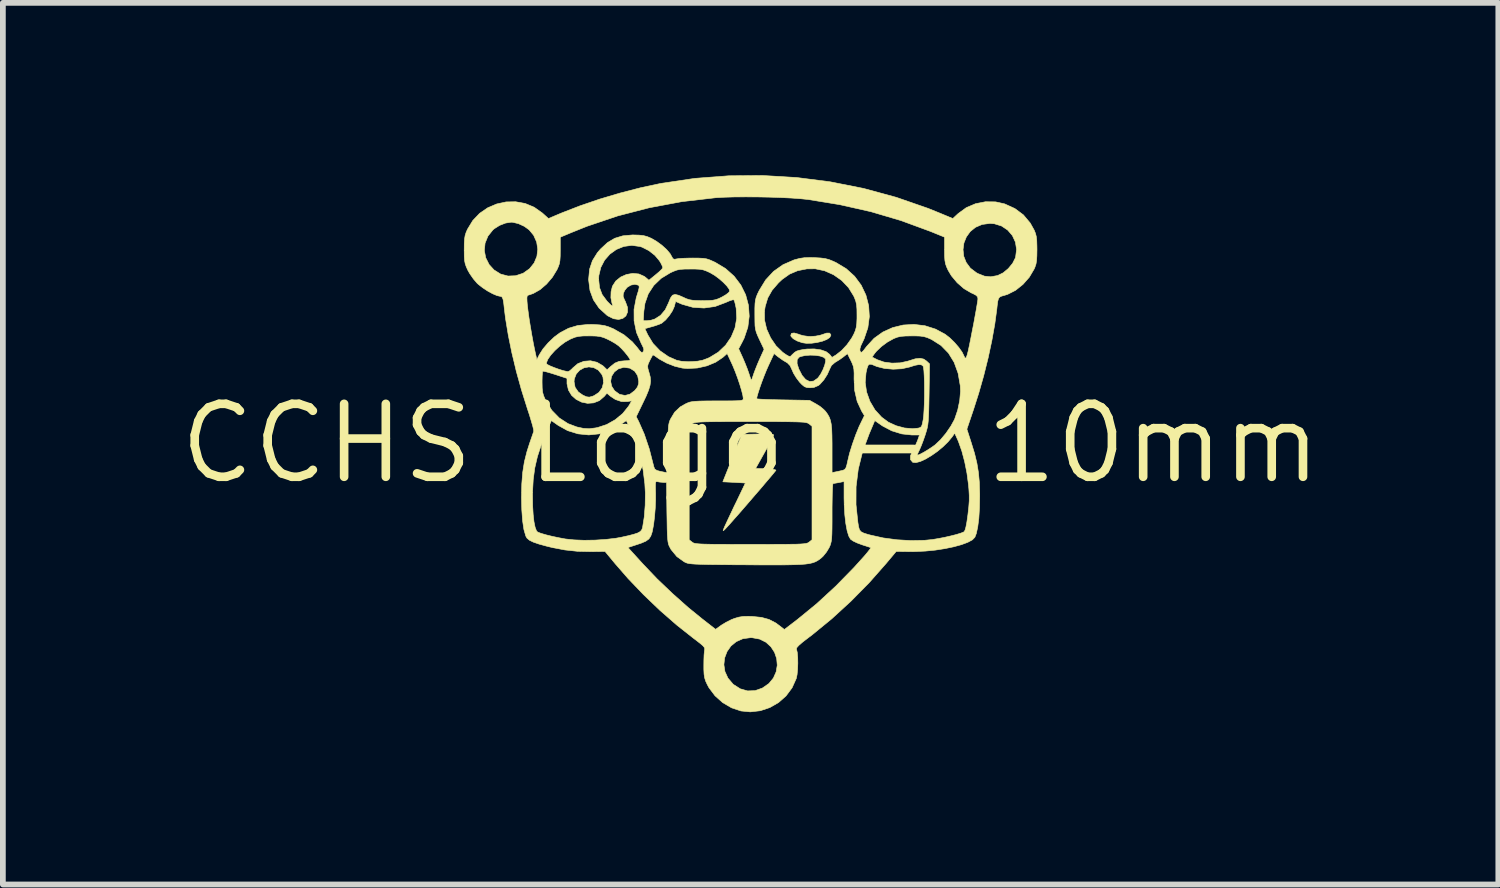
<source format=kicad_pcb>
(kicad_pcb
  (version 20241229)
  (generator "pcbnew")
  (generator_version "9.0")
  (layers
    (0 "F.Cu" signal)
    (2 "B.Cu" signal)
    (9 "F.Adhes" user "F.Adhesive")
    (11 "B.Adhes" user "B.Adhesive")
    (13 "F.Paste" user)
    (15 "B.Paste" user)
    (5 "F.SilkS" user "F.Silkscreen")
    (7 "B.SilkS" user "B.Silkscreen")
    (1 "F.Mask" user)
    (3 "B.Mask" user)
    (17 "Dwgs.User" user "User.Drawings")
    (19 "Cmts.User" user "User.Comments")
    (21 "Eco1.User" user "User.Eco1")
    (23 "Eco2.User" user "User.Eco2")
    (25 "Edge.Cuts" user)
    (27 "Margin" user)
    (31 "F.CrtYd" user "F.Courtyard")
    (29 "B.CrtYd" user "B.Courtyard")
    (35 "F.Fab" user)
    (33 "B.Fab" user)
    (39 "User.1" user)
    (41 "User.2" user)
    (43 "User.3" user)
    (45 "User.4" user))
  (footprint "CCHS Logo - 10mm"
    (layer "F.Cu")
    (at 10.016 4.67)
    (property "Reference" "CCHS Logo - 10mm" (at 0 0 0) (layer "F.SilkS") (effects (font (size 1.27 1.27) (thickness 0.15))))
    (attr through_hole)
    (fp_poly (pts (xy 0.833 -1.903) (xy 0.854 -1.894) (xy 0.92 -1.876) (xy 1.004 -1.864) (xy 1.048 -1.863) (xy 1.131 -1.869) (xy 1.209 -1.884) (xy 1.242 -1.894) (xy 1.324 -1.922) (xy 1.375 -1.922) (xy 1.396 -1.895) (xy 1.397 -1.883) (xy 1.377 -1.845) (xy 1.325 -1.81) (xy 1.248 -1.78) (xy 1.157 -1.758) (xy 1.061 -1.745) (xy 0.968 -1.744) (xy 0.9 -1.754) (xy 0.81 -1.785) (xy 0.742 -1.824) (xy 0.704 -1.864) (xy 0.699 -1.884) (xy 0.713 -1.918) (xy 0.758 -1.924) (xy 0.833 -1.903)) (stroke (width 0.01) (type solid)) (fill yes) (layer "F.SilkS"))
    (fp_poly (pts (xy 0.341 -0.163) (xy 0.391 -0.156) (xy 0.402 -0.149) (xy 0.392 -0.124) (xy 0.365 -0.069) (xy 0.324 0.009) (xy 0.273 0.103) (xy 0.245 0.153) (xy 0.088 0.434) (xy 0.268 0.44) (xy 0.348 0.445) (xy 0.408 0.453) (xy 0.439 0.462) (xy 0.441 0.466) (xy 0.426 0.486) (xy 0.387 0.534) (xy 0.328 0.604) (xy 0.253 0.692) (xy 0.168 0.793) (xy 0.074 0.901) (xy -0.022 1.013) (xy -0.118 1.124) (xy -0.209 1.229) (xy -0.292 1.322) (xy -0.361 1.401) (xy -0.413 1.458) (xy -0.444 1.491) (xy -0.447 1.495) (xy -0.471 1.516) (xy -0.478 1.515) (xy -0.468 1.486) (xy -0.448 1.438) (xy -0.424 1.387) (xy -0.387 1.307) (xy -0.339 1.206) (xy -0.286 1.093) (xy -0.248 1.016) (xy -0.091 0.688) (xy -0.287 0.677) (xy -0.483 0.667) (xy -0.318 0.254) (xy -0.153 -0.159) (xy 0.125 -0.165) (xy 0.252 -0.166) (xy 0.341 -0.163)) (stroke (width 0.01) (type solid)) (fill yes) (layer "F.SilkS"))
    (fp_poly (pts (xy 0.801 -4.63) (xy 1.387 -4.555) (xy 1.967 -4.44) (xy 2.536 -4.285) (xy 3.092 -4.092) (xy 3.294 -4.01) (xy 3.52 -3.916) (xy 3.613 -4.002) (xy 3.754 -4.105) (xy 3.916 -4.174) (xy 4.088 -4.208) (xy 4.265 -4.206) (xy 4.422 -4.171) (xy 4.6 -4.09) (xy 4.749 -3.979) (xy 4.868 -3.837) (xy 4.937 -3.713) (xy 4.959 -3.658) (xy 4.973 -3.603) (xy 4.981 -3.534) (xy 4.984 -3.442) (xy 4.985 -3.376) (xy 4.983 -3.265) (xy 4.978 -3.185) (xy 4.968 -3.124) (xy 4.95 -3.07) (xy 4.937 -3.039) (xy 4.852 -2.895) (xy 4.741 -2.769) (xy 4.612 -2.666) (xy 4.474 -2.596) (xy 4.42 -2.579) (xy 4.369 -2.565) (xy 4.336 -2.549) (xy 4.315 -2.521) (xy 4.302 -2.473) (xy 4.292 -2.397) (xy 4.286 -2.339) (xy 4.251 -2.08) (xy 4.2 -1.794) (xy 4.135 -1.49) (xy 4.058 -1.181) (xy 3.971 -0.875) (xy 3.882 -0.596) (xy 3.765 -0.25) (xy 3.839 -0.02) (xy 3.898 0.171) (xy 3.939 0.341) (xy 3.966 0.505) (xy 3.982 0.678) (xy 3.988 0.874) (xy 3.988 0.921) (xy 3.984 1.123) (xy 3.973 1.302) (xy 3.954 1.451) (xy 3.929 1.567) (xy 3.904 1.632) (xy 3.861 1.677) (xy 3.781 1.72) (xy 3.671 1.761) (xy 3.536 1.798) (xy 3.383 1.83) (xy 3.216 1.856) (xy 3.043 1.873) (xy 2.869 1.881) (xy 2.786 1.882) (xy 2.535 1.879) (xy 2.358 2.09) (xy 2.065 2.422) (xy 1.746 2.746) (xy 1.413 3.051) (xy 1.076 3.327) (xy 1.005 3.381) (xy 0.906 3.457) (xy 0.84 3.514) (xy 0.805 3.553) (xy 0.798 3.576) (xy 0.798 3.577) (xy 0.812 3.636) (xy 0.82 3.723) (xy 0.822 3.826) (xy 0.818 3.931) (xy 0.809 4.025) (xy 0.795 4.091) (xy 0.722 4.253) (xy 0.617 4.394) (xy 0.486 4.51) (xy 0.334 4.597) (xy 0.169 4.652) (xy -0.005 4.672) (xy -0.168 4.656) (xy -0.332 4.601) (xy -0.486 4.511) (xy -0.619 4.392) (xy -0.725 4.251) (xy -0.754 4.197) (xy -0.783 4.135) (xy -0.8 4.079) (xy -0.81 4.016) (xy -0.814 3.933) (xy -0.814 3.863) (xy -0.814 3.85) (xy -0.465 3.85) (xy -0.447 3.969) (xy -0.395 4.083) (xy -0.308 4.186) (xy -0.297 4.196) (xy -0.179 4.271) (xy -0.052 4.307) (xy 0.079 4.302) (xy 0.206 4.257) (xy 0.318 4.179) (xy 0.397 4.083) (xy 0.445 3.975) (xy 0.464 3.86) (xy 0.454 3.745) (xy 0.417 3.636) (xy 0.354 3.539) (xy 0.268 3.46) (xy 0.158 3.405) (xy 0.028 3.381) (xy 0 3.38) (xy -0.134 3.398) (xy -0.249 3.449) (xy -0.342 3.525) (xy -0.41 3.622) (xy -0.452 3.732) (xy -0.465 3.85) (xy -0.814 3.85) (xy -0.813 3.767) (xy -0.81 3.681) (xy -0.804 3.619) (xy -0.801 3.598) (xy -0.798 3.574) (xy -0.806 3.55) (xy -0.831 3.52) (xy -0.878 3.48) (xy -0.951 3.423) (xy -0.999 3.387) (xy -1.286 3.16) (xy -1.578 2.905) (xy -1.864 2.631) (xy -2.133 2.35) (xy -2.356 2.094) (xy -2.534 1.879) (xy -2.775 1.882) (xy -3.011 1.877) (xy -3.234 1.853) (xy -3.453 1.811) (xy -2.135 1.811) (xy -1.872 2.1) (xy -1.629 2.355) (xy -1.361 2.611) (xy -1.084 2.857) (xy -0.839 3.056) (xy -0.609 3.235) (xy -0.508 3.162) (xy -0.427 3.113) (xy -0.334 3.066) (xy -0.283 3.046) (xy -0.206 3.023) (xy -0.13 3.011) (xy -0.038 3.009) (xy 0.032 3.011) (xy 0.189 3.027) (xy 0.32 3.063) (xy 0.438 3.124) (xy 0.507 3.175) (xy 0.588 3.238) (xy 0.82 3.06) (xy 1.152 2.788) (xy 1.482 2.484) (xy 1.801 2.158) (xy 1.977 1.963) (xy 2.031 1.899) (xy 2.071 1.848) (xy 2.092 1.819) (xy 2.093 1.814) (xy 2.07 1.805) (xy 2.018 1.788) (xy 1.946 1.765) (xy 1.935 1.761) (xy 1.854 1.731) (xy 1.785 1.698) (xy 1.741 1.667) (xy 1.74 1.667) (xy 1.708 1.61) (xy 1.68 1.517) (xy 1.657 1.392) (xy 1.64 1.243) (xy 1.63 1.075) (xy 1.63 1.065) (xy 1.835 1.065) (xy 1.867 1.371) (xy 1.88 1.45) (xy 1.895 1.502) (xy 1.923 1.536) (xy 1.97 1.56) (xy 2.046 1.584) (xy 2.089 1.595) (xy 2.309 1.644) (xy 2.548 1.676) (xy 2.79 1.69) (xy 3.021 1.686) (xy 3.164 1.672) (xy 3.266 1.655) (xy 3.376 1.634) (xy 3.485 1.609) (xy 3.584 1.584) (xy 3.661 1.56) (xy 3.709 1.541) (xy 3.714 1.537) (xy 3.732 1.511) (xy 3.748 1.455) (xy 3.765 1.366) (xy 3.783 1.239) (xy 3.783 1.238) (xy 3.798 1.106) (xy 3.806 0.999) (xy 3.806 0.901) (xy 3.8 0.795) (xy 3.793 0.719) (xy 3.766 0.516) (xy 3.726 0.316) (xy 3.677 0.132) (xy 3.621 -0.026) (xy 3.61 -0.053) (xy 3.553 -0.18) (xy 3.509 -0.116) (xy 3.437 -0.029) (xy 3.349 0.057) (xy 3.25 0.139) (xy 3.147 0.211) (xy 3.046 0.271) (xy 2.955 0.313) (xy 2.878 0.333) (xy 2.824 0.328) (xy 2.82 0.325) (xy 2.783 0.28) (xy 2.783 0.215) (xy 2.82 0.128) (xy 2.824 0.122) (xy 2.864 0.045) (xy 2.9 -0.036) (xy 2.909 -0.059) (xy 2.94 -0.148) (xy 2.806 -0.148) (xy 2.631 -0.167) (xy 2.456 -0.221) (xy 2.297 -0.305) (xy 2.281 -0.316) (xy 2.162 -0.399) (xy 2.064 -0.167) (xy 1.949 0.144) (xy 1.874 0.448) (xy 1.836 0.753) (xy 1.835 1.065) (xy 1.63 1.065) (xy 1.627 0.95) (xy 1.627 0.662) (xy 1.538 0.68) (xy 1.48 0.69) (xy 1.44 0.697) (xy 1.434 0.698) (xy 1.43 0.718) (xy 1.426 0.775) (xy 1.422 0.863) (xy 1.42 0.975) (xy 1.418 1.107) (xy 1.418 1.201) (xy 1.418 1.361) (xy 1.417 1.484) (xy 1.415 1.577) (xy 1.411 1.647) (xy 1.405 1.698) (xy 1.396 1.738) (xy 1.385 1.773) (xy 1.369 1.808) (xy 1.368 1.811) (xy 1.322 1.888) (xy 1.264 1.96) (xy 1.236 1.987) (xy 1.2 2.016) (xy 1.164 2.04) (xy 1.126 2.06) (xy 1.082 2.076) (xy 1.027 2.089) (xy 0.957 2.099) (xy 0.869 2.106) (xy 0.76 2.11) (xy 0.624 2.113) (xy 0.46 2.114) (xy 0.261 2.114) (xy 0.026 2.113) (xy -0.066 2.112) (xy -0.298 2.111) (xy -0.492 2.109) (xy -0.651 2.108) (xy -0.779 2.106) (xy -0.881 2.103) (xy -0.959 2.1) (xy -1.018 2.096) (xy -1.062 2.091) (xy -1.095 2.085) (xy -1.12 2.077) (xy -1.141 2.067) (xy -1.154 2.061) (xy -1.284 1.968) (xy -1.385 1.845) (xy -1.404 1.81) (xy -1.419 1.781) (xy -1.43 1.75) (xy -1.438 1.711) (xy -1.444 1.658) (xy -1.449 1.586) (xy -1.452 1.488) (xy -1.454 1.36) (xy -1.457 1.201) (xy -1.463 0.677) (xy -1.52 0.677) (xy -1.581 0.672) (xy -1.619 0.665) (xy -1.639 0.662) (xy -1.651 0.671) (xy -1.656 0.699) (xy -1.657 0.753) (xy -1.655 0.841) (xy -1.654 0.858) (xy -1.654 0.985) (xy -1.66 1.128) (xy -1.672 1.273) (xy -1.688 1.407) (xy -1.708 1.516) (xy -1.715 1.546) (xy -1.738 1.613) (xy -1.771 1.662) (xy -1.823 1.7) (xy -1.902 1.734) (xy -1.964 1.755) (xy -2.135 1.811) (xy -3.453 1.811) (xy -3.466 1.808) (xy -3.548 1.788) (xy -3.683 1.751) (xy -3.782 1.717) (xy -3.85 1.684) (xy -3.893 1.647) (xy -3.913 1.612) (xy -3.946 1.498) (xy -3.969 1.345) (xy -3.983 1.153) (xy -3.988 0.931) (xy -3.987 0.91) (xy -3.796 0.91) (xy -3.794 1.083) (xy -3.785 1.235) (xy -3.771 1.361) (xy -3.751 1.458) (xy -3.727 1.521) (xy -3.707 1.542) (xy -3.65 1.564) (xy -3.561 1.59) (xy -3.451 1.617) (xy -3.331 1.642) (xy -3.224 1.662) (xy -3.074 1.678) (xy -2.897 1.685) (xy -2.708 1.682) (xy -2.521 1.67) (xy -2.349 1.65) (xy -2.254 1.633) (xy -2.124 1.604) (xy -2.029 1.579) (xy -1.963 1.557) (xy -1.921 1.533) (xy -1.897 1.506) (xy -1.883 1.473) (xy -1.88 1.46) (xy -1.851 1.278) (xy -1.835 1.073) (xy -1.832 0.864) (xy -1.841 0.702) (xy -1.871 0.461) (xy -1.917 0.242) (xy -1.981 0.03) (xy -2.07 -0.192) (xy -2.099 -0.257) (xy -2.163 -0.398) (xy -2.282 -0.315) (xy -2.449 -0.223) (xy -2.63 -0.168) (xy -2.817 -0.149) (xy -3.005 -0.168) (xy -3.185 -0.224) (xy -3.349 -0.315) (xy -3.468 -0.399) (xy -3.552 -0.205) (xy -3.643 0.022) (xy -3.711 0.228) (xy -3.757 0.426) (xy -3.784 0.629) (xy -3.796 0.849) (xy -3.796 0.91) (xy -3.987 0.91) (xy -3.983 0.703) (xy -3.967 0.503) (xy -3.938 0.32) (xy -3.893 0.141) (xy -3.848 0) (xy -3.819 -0.084) (xy -3.794 -0.156) (xy -3.778 -0.203) (xy -3.775 -0.213) (xy -3.778 -0.243) (xy -3.793 -0.306) (xy -3.819 -0.395) (xy -3.852 -0.504) (xy -3.892 -0.624) (xy -3.892 -0.626) (xy -3.989 -0.934) (xy -4.024 -1.061) (xy -3.63 -1.061) (xy -3.628 -0.965) (xy -3.621 -0.894) (xy -3.604 -0.833) (xy -3.574 -0.764) (xy -3.562 -0.74) (xy -3.46 -0.577) (xy -3.331 -0.445) (xy -3.179 -0.346) (xy -3.026 -0.288) (xy -2.91 -0.263) (xy -2.809 -0.257) (xy -2.699 -0.271) (xy -2.663 -0.278) (xy -2.505 -0.33) (xy -2.356 -0.414) (xy -2.293 -0.466) (xy -1.991 -0.466) (xy -1.948 -0.383) (xy -1.851 -0.163) (xy -1.764 0.094) (xy -1.69 0.383) (xy -1.684 0.406) (xy -1.668 0.446) (xy -1.631 0.469) (xy -1.582 0.483) (xy -1.52 0.496) (xy -1.475 0.505) (xy -1.466 0.506) (xy -1.456 0.497) (xy -1.449 0.465) (xy -1.444 0.407) (xy -1.441 0.317) (xy -1.439 0.192) (xy -1.439 0.09) (xy -1.438 -0.057) (xy -1.437 -0.168) (xy -1.433 -0.25) (xy -1.429 -0.3) (xy -1.069 -0.3) (xy -1.069 1.676) (xy -1.019 1.716) (xy -1.005 1.726) (xy -0.988 1.734) (xy -0.963 1.74) (xy -0.927 1.745) (xy -0.875 1.749) (xy -0.804 1.752) (xy -0.71 1.754) (xy -0.59 1.756) (xy -0.439 1.756) (xy -0.254 1.757) (xy -0.031 1.757) (xy 0 1.757) (xy 0.228 1.757) (xy 0.418 1.756) (xy 0.573 1.756) (xy 0.697 1.754) (xy 0.794 1.753) (xy 0.867 1.75) (xy 0.921 1.746) (xy 0.959 1.741) (xy 0.985 1.735) (xy 1.004 1.727) (xy 1.017 1.718) (xy 1.019 1.716) (xy 1.069 1.676) (xy 1.069 -0.3) (xy 1.019 -0.341) (xy 1.005 -0.35) (xy 0.988 -0.358) (xy 0.963 -0.364) (xy 0.927 -0.37) (xy 0.875 -0.373) (xy 0.804 -0.376) (xy 0.71 -0.378) (xy 0.59 -0.38) (xy 0.439 -0.381) (xy 0.254 -0.381) (xy 0.031 -0.381) (xy 0 -0.381) (xy -0.228 -0.381) (xy -0.418 -0.381) (xy -0.573 -0.38) (xy -0.697 -0.379) (xy -0.794 -0.377) (xy -0.867 -0.374) (xy -0.921 -0.37) (xy -0.959 -0.365) (xy -0.985 -0.359) (xy -1.004 -0.351) (xy -1.017 -0.342) (xy -1.019 -0.341) (xy -1.069 -0.3) (xy -1.429 -0.3) (xy -1.428 -0.311) (xy -1.419 -0.357) (xy -1.407 -0.396) (xy -1.395 -0.423) (xy -1.322 -0.545) (xy -1.225 -0.637) (xy -1.132 -0.69) (xy -1.095 -0.707) (xy -1.059 -0.72) (xy -1.018 -0.728) (xy -0.964 -0.734) (xy -0.892 -0.738) (xy -0.794 -0.74) (xy -0.665 -0.741) (xy -0.577 -0.741) (xy -0.428 -0.741) (xy -0.316 -0.742) (xy -0.236 -0.744) (xy -0.182 -0.748) (xy -0.15 -0.753) (xy -0.133 -0.762) (xy -0.128 -0.773) (xy -0.127 -0.779) (xy 0.106 -0.779) (xy 0.126 -0.775) (xy 0.182 -0.771) (xy 0.269 -0.767) (xy 0.38 -0.763) (xy 0.508 -0.76) (xy 0.566 -0.759) (xy 1.027 -0.751) (xy 1.14 -0.688) (xy 1.212 -0.643) (xy 1.274 -0.591) (xy 1.304 -0.56) (xy 1.341 -0.509) (xy 1.369 -0.459) (xy 1.389 -0.405) (xy 1.403 -0.339) (xy 1.412 -0.254) (xy 1.416 -0.145) (xy 1.418 -0.003) (xy 1.418 0.083) (xy 1.418 0.507) (xy 1.487 0.493) (xy 1.553 0.479) (xy 1.608 0.466) (xy 1.638 0.453) (xy 1.659 0.424) (xy 1.676 0.371) (xy 1.688 0.316) (xy 1.722 0.173) (xy 1.772 0.012) (xy 1.83 -0.151) (xy 1.89 -0.298) (xy 1.912 -0.343) (xy 1.981 -0.485) (xy 1.932 -0.566) (xy 1.855 -0.733) (xy 1.811 -0.925) (xy 1.804 -1.063) (xy 1.995 -1.063) (xy 2.019 -0.896) (xy 2.077 -0.734) (xy 2.165 -0.585) (xy 2.281 -0.458) (xy 2.4 -0.37) (xy 2.534 -0.309) (xy 2.679 -0.27) (xy 2.821 -0.258) (xy 2.917 -0.267) (xy 2.952 -0.277) (xy 2.975 -0.297) (xy 2.989 -0.338) (xy 3.003 -0.409) (xy 3.004 -0.411) (xy 3.013 -0.483) (xy 3.019 -0.58) (xy 3.024 -0.695) (xy 3.027 -0.819) (xy 3.027 -0.946) (xy 3.026 -1.068) (xy 3.022 -1.177) (xy 3.017 -1.266) (xy 3.009 -1.326) (xy 3.001 -1.35) (xy 2.971 -1.37) (xy 2.927 -1.373) (xy 2.862 -1.361) (xy 2.767 -1.331) (xy 2.767 -1.331) (xy 2.632 -1.301) (xy 2.482 -1.293) (xy 2.332 -1.306) (xy 2.2 -1.339) (xy 2.171 -1.351) (xy 2.111 -1.376) (xy 2.071 -1.381) (xy 2.046 -1.361) (xy 2.027 -1.31) (xy 2.009 -1.229) (xy 1.995 -1.063) (xy 1.804 -1.063) (xy 1.801 -1.122) (xy 1.802 -1.22) (xy 1.798 -1.291) (xy 1.787 -1.346) (xy 1.766 -1.401) (xy 1.746 -1.443) (xy 1.715 -1.505) (xy 2.115 -1.505) (xy 2.206 -1.458) (xy 2.323 -1.417) (xy 2.461 -1.399) (xy 2.605 -1.404) (xy 2.741 -1.434) (xy 2.757 -1.44) (xy 2.867 -1.474) (xy 2.95 -1.483) (xy 3.014 -1.469) (xy 3.063 -1.435) (xy 3.115 -1.386) (xy 3.107 -0.857) (xy 3.104 -0.693) (xy 3.101 -0.564) (xy 3.097 -0.464) (xy 3.092 -0.387) (xy 3.085 -0.325) (xy 3.075 -0.272) (xy 3.062 -0.222) (xy 3.045 -0.168) (xy 3.039 -0.148) (xy 3.007 -0.056) (xy 2.974 0.031) (xy 2.946 0.097) (xy 2.94 0.11) (xy 2.915 0.162) (xy 2.901 0.196) (xy 2.9 0.201) (xy 2.916 0.201) (xy 2.958 0.183) (xy 3.018 0.151) (xy 3.086 0.11) (xy 3.155 0.065) (xy 3.212 0.024) (xy 3.305 -0.064) (xy 3.4 -0.177) (xy 3.485 -0.301) (xy 3.55 -0.419) (xy 3.554 -0.43) (xy 3.605 -0.58) (xy 3.64 -0.746) (xy 3.654 -0.908) (xy 3.65 -1.005) (xy 3.612 -1.223) (xy 3.543 -1.413) (xy 3.444 -1.574) (xy 3.315 -1.706) (xy 3.156 -1.807) (xy 3.136 -1.817) (xy 3.074 -1.844) (xy 3.016 -1.861) (xy 2.95 -1.87) (xy 2.862 -1.873) (xy 2.805 -1.873) (xy 2.697 -1.871) (xy 2.618 -1.865) (xy 2.556 -1.851) (xy 2.498 -1.829) (xy 2.489 -1.825) (xy 2.381 -1.765) (xy 2.277 -1.688) (xy 2.19 -1.605) (xy 2.159 -1.567) (xy 2.115 -1.505) (xy 1.715 -1.505) (xy 1.686 -1.564) (xy 1.61 -1.504) (xy 1.547 -1.459) (xy 1.483 -1.419) (xy 1.47 -1.412) (xy 1.407 -1.357) (xy 1.378 -1.298) (xy 1.335 -1.201) (xy 1.274 -1.106) (xy 1.206 -1.03) (xy 1.182 -1.01) (xy 1.103 -0.976) (xy 1.034 -0.97) (xy 0.979 -0.974) (xy 0.937 -0.99) (xy 0.893 -1.026) (xy 0.852 -1.069) (xy 0.796 -1.143) (xy 0.746 -1.225) (xy 0.725 -1.274) (xy 0.688 -1.354) (xy 0.651 -1.393) (xy 0.809 -1.393) (xy 0.838 -1.299) (xy 0.896 -1.186) (xy 0.959 -1.113) (xy 1.026 -1.079) (xy 1.096 -1.086) (xy 1.166 -1.135) (xy 1.181 -1.152) (xy 1.222 -1.211) (xy 1.26 -1.285) (xy 1.29 -1.363) (xy 1.306 -1.429) (xy 1.305 -1.471) (xy 1.273 -1.5) (xy 1.21 -1.522) (xy 1.128 -1.535) (xy 1.037 -1.538) (xy 0.948 -1.531) (xy 0.872 -1.514) (xy 0.844 -1.502) (xy 0.811 -1.461) (xy 0.809 -1.393) (xy 0.651 -1.393) (xy 0.642 -1.402) (xy 0.624 -1.413) (xy 0.566 -1.447) (xy 0.501 -1.493) (xy 0.484 -1.505) (xy 0.408 -1.565) (xy 0.312 -1.359) (xy 0.275 -1.275) (xy 0.235 -1.176) (xy 0.195 -1.071) (xy 0.159 -0.969) (xy 0.13 -0.879) (xy 0.111 -0.812) (xy 0.106 -0.779) (xy -0.127 -0.779) (xy -0.127 -0.781) (xy -0.135 -0.836) (xy -0.156 -0.92) (xy -0.187 -1.024) (xy -0.225 -1.137) (xy -0.267 -1.25) (xy -0.309 -1.352) (xy -0.321 -1.379) (xy -0.408 -1.566) (xy -0.483 -1.499) (xy -0.608 -1.415) (xy -0.759 -1.352) (xy -0.926 -1.314) (xy -1.095 -1.305) (xy -1.185 -1.312) (xy -1.319 -1.344) (xy -1.46 -1.399) (xy -1.586 -1.468) (xy -1.625 -1.495) (xy -1.67 -1.527) (xy -1.699 -1.542) (xy -1.703 -1.542) (xy -1.715 -1.52) (xy -1.74 -1.474) (xy -1.756 -1.442) (xy -1.782 -1.387) (xy -1.792 -1.346) (xy -1.787 -1.302) (xy -1.768 -1.236) (xy -1.767 -1.233) (xy -1.747 -1.158) (xy -1.741 -1.088) (xy -1.75 -1.015) (xy -1.775 -0.93) (xy -1.818 -0.825) (xy -1.872 -0.712) (xy -1.991 -0.466) (xy -2.293 -0.466) (xy -2.226 -0.522) (xy -2.125 -0.648) (xy -2.109 -0.674) (xy -2.07 -0.743) (xy -2.145 -0.729) (xy -2.248 -0.73) (xy -2.354 -0.766) (xy -2.436 -0.82) (xy -2.501 -0.875) (xy -2.547 -0.82) (xy -2.633 -0.746) (xy -2.733 -0.707) (xy -2.838 -0.699) (xy -2.942 -0.72) (xy -3.037 -0.768) (xy -3.116 -0.838) (xy -3.171 -0.93) (xy -3.196 -1.04) (xy -3.196 -1.06) (xy -3.196 -1.076) (xy -3.073 -1.076) (xy -3.055 -0.978) (xy -2.999 -0.897) (xy -2.919 -0.841) (xy -2.856 -0.813) (xy -2.807 -0.807) (xy -2.751 -0.822) (xy -2.723 -0.834) (xy -2.64 -0.889) (xy -2.584 -0.968) (xy -2.56 -1.06) (xy -2.562 -1.082) (xy -2.436 -1.082) (xy -2.418 -0.996) (xy -2.368 -0.919) (xy -2.289 -0.861) (xy -2.277 -0.855) (xy -2.186 -0.836) (xy -2.099 -0.859) (xy -2.016 -0.922) (xy -1.97 -0.981) (xy -1.95 -1.038) (xy -1.947 -1.081) (xy -1.966 -1.18) (xy -2.018 -1.259) (xy -2.098 -1.309) (xy -2.107 -1.312) (xy -2.208 -1.326) (xy -2.301 -1.299) (xy -2.371 -1.246) (xy -2.421 -1.168) (xy -2.436 -1.082) (xy -2.562 -1.082) (xy -2.57 -1.155) (xy -2.59 -1.202) (xy -2.652 -1.278) (xy -2.73 -1.32) (xy -2.815 -1.333) (xy -2.9 -1.317) (xy -2.976 -1.275) (xy -3.035 -1.21) (xy -3.069 -1.123) (xy -3.073 -1.076) (xy -3.196 -1.076) (xy -3.196 -1.134) (xy -3.401 -1.201) (xy -3.488 -1.228) (xy -3.559 -1.248) (xy -3.605 -1.258) (xy -3.618 -1.257) (xy -3.624 -1.232) (xy -3.628 -1.175) (xy -3.63 -1.096) (xy -3.63 -1.061) (xy -4.024 -1.061) (xy -4.078 -1.254) (xy -4.11 -1.39) (xy -3.556 -1.39) (xy -3.537 -1.374) (xy -3.489 -1.35) (xy -3.42 -1.322) (xy -3.343 -1.294) (xy -3.268 -1.27) (xy -3.204 -1.255) (xy -3.179 -1.251) (xy -3.149 -1.265) (xy -3.108 -1.301) (xy -3.095 -1.315) (xy -3.007 -1.39) (xy -2.901 -1.431) (xy -2.787 -1.44) (xy -2.675 -1.414) (xy -2.574 -1.355) (xy -2.556 -1.339) (xy -2.498 -1.283) (xy -2.439 -1.338) (xy -2.363 -1.399) (xy -2.288 -1.43) (xy -2.197 -1.439) (xy -2.192 -1.439) (xy -2.135 -1.442) (xy -2.101 -1.45) (xy -2.096 -1.455) (xy -2.11 -1.485) (xy -2.145 -1.534) (xy -2.193 -1.593) (xy -2.245 -1.65) (xy -2.293 -1.696) (xy -2.3 -1.702) (xy -2.357 -1.742) (xy -2.433 -1.786) (xy -2.491 -1.815) (xy -2.557 -1.844) (xy -2.617 -1.861) (xy -2.685 -1.87) (xy -2.777 -1.873) (xy -2.815 -1.873) (xy -2.917 -1.872) (xy -2.991 -1.865) (xy -3.053 -1.851) (xy -3.116 -1.826) (xy -3.143 -1.814) (xy -3.233 -1.763) (xy -3.324 -1.694) (xy -3.408 -1.617) (xy -3.48 -1.537) (xy -3.531 -1.463) (xy -3.555 -1.401) (xy -3.556 -1.39) (xy -4.11 -1.39) (xy -4.155 -1.575) (xy -4.218 -1.885) (xy -4.266 -2.176) (xy -4.286 -2.339) (xy -4.297 -2.439) (xy -4.308 -2.504) (xy -4.319 -2.535) (xy -3.894 -2.535) (xy -3.892 -2.477) (xy -3.888 -2.426) (xy -3.876 -2.322) (xy -3.858 -2.189) (xy -3.834 -2.038) (xy -3.807 -1.882) (xy -3.78 -1.734) (xy -3.755 -1.613) (xy -3.721 -1.459) (xy -3.678 -1.545) (xy -3.614 -1.646) (xy -3.523 -1.753) (xy -3.418 -1.853) (xy -3.318 -1.927) (xy -3.169 -2.006) (xy -3.009 -2.054) (xy -2.83 -2.072) (xy -2.727 -2.071) (xy -2.621 -2.064) (xy -2.541 -2.052) (xy -2.469 -2.03) (xy -2.388 -1.996) (xy -2.382 -1.993) (xy -2.204 -1.892) (xy -2.059 -1.77) (xy -1.972 -1.669) (xy -1.929 -1.613) (xy -1.901 -1.587) (xy -1.882 -1.586) (xy -1.869 -1.6) (xy -1.858 -1.627) (xy -1.865 -1.664) (xy -1.893 -1.722) (xy -1.904 -1.743) (xy -1.986 -1.932) (xy -2 -1.999) (xy -1.84 -1.999) (xy -1.789 -1.89) (xy -1.699 -1.742) (xy -1.576 -1.613) (xy -1.429 -1.511) (xy -1.285 -1.448) (xy -1.203 -1.431) (xy -1.094 -1.424) (xy -1.026 -1.425) (xy -0.92 -1.433) (xy -0.834 -1.45) (xy -0.748 -1.482) (xy -0.714 -1.497) (xy -0.562 -1.59) (xy -0.435 -1.711) (xy -0.338 -1.853) (xy -0.272 -2.011) (xy -0.242 -2.178) (xy -0.251 -2.348) (xy -0.251 -2.352) (xy -0.266 -2.423) (xy -0.28 -2.477) (xy -0.291 -2.501) (xy -0.316 -2.5) (xy -0.368 -2.483) (xy -0.435 -2.454) (xy -0.618 -2.385) (xy -0.81 -2.358) (xy -1.003 -2.37) (xy -1.191 -2.423) (xy -1.212 -2.432) (xy -1.305 -2.472) (xy -1.328 -2.384) (xy -1.361 -2.309) (xy -1.415 -2.227) (xy -1.479 -2.151) (xy -1.542 -2.098) (xy -1.552 -2.091) (xy -1.598 -2.072) (xy -1.667 -2.048) (xy -1.719 -2.033) (xy -1.84 -1.999) (xy -2 -1.999) (xy -2.027 -2.131) (xy -2.028 -2.138) (xy -1.868 -2.138) (xy -1.801 -2.138) (xy -1.733 -2.146) (xy -1.666 -2.167) (xy -1.568 -2.23) (xy -1.486 -2.327) (xy -1.429 -2.447) (xy -1.394 -2.533) (xy -1.36 -2.581) (xy -1.315 -2.595) (xy -1.252 -2.58) (xy -1.183 -2.55) (xy -1.118 -2.52) (xy -1.062 -2.502) (xy -1.001 -2.492) (xy -0.922 -2.488) (xy -0.837 -2.487) (xy -0.735 -2.488) (xy -0.662 -2.493) (xy -0.606 -2.504) (xy -0.553 -2.523) (xy -0.496 -2.551) (xy -0.431 -2.589) (xy -0.383 -2.626) (xy -0.364 -2.652) (xy -0.375 -2.689) (xy -0.414 -2.742) (xy -0.474 -2.804) (xy -0.547 -2.868) (xy -0.625 -2.926) (xy -0.702 -2.971) (xy -0.709 -2.975) (xy -0.773 -3.004) (xy -0.828 -3.023) (xy -0.889 -3.033) (xy -0.969 -3.037) (xy -1.048 -3.037) (xy -1.15 -3.036) (xy -1.223 -3.031) (xy -1.283 -3.019) (xy -1.342 -2.997) (xy -1.397 -2.972) (xy -1.557 -2.875) (xy -1.686 -2.751) (xy -1.781 -2.605) (xy -1.839 -2.439) (xy -1.858 -2.305) (xy -1.868 -2.138) (xy -2.028 -2.138) (xy -2.029 -2.335) (xy -1.99 -2.538) (xy -1.978 -2.577) (xy -1.952 -2.661) (xy -1.94 -2.714) (xy -1.942 -2.744) (xy -1.952 -2.755) (xy -2.014 -2.771) (xy -2.084 -2.757) (xy -2.149 -2.718) (xy -2.192 -2.664) (xy -2.216 -2.609) (xy -2.219 -2.562) (xy -2.199 -2.508) (xy -2.18 -2.471) (xy -2.143 -2.371) (xy -2.142 -2.287) (xy -2.171 -2.22) (xy -2.225 -2.177) (xy -2.298 -2.159) (xy -2.386 -2.172) (xy -2.483 -2.22) (xy -2.503 -2.234) (xy -2.638 -2.357) (xy -2.736 -2.501) (xy -2.796 -2.664) (xy -2.819 -2.845) (xy -2.819 -2.857) (xy -2.645 -2.857) (xy -2.63 -2.714) (xy -2.584 -2.592) (xy -2.501 -2.48) (xy -2.493 -2.471) (xy -2.439 -2.417) (xy -2.409 -2.396) (xy -2.402 -2.407) (xy -2.414 -2.446) (xy -2.432 -2.537) (xy -2.429 -2.641) (xy -2.406 -2.735) (xy -2.405 -2.738) (xy -2.347 -2.828) (xy -2.262 -2.897) (xy -2.161 -2.942) (xy -2.052 -2.961) (xy -1.945 -2.951) (xy -1.851 -2.909) (xy -1.827 -2.891) (xy -1.77 -2.842) (xy -1.652 -2.938) (xy -1.593 -2.988) (xy -1.549 -3.03) (xy -1.529 -3.056) (xy -1.529 -3.057) (xy -1.536 -3.086) (xy -1.561 -3.138) (xy -1.587 -3.181) (xy -1.666 -3.275) (xy -1.772 -3.358) (xy -1.888 -3.417) (xy -1.925 -3.429) (xy -2.069 -3.449) (xy -2.207 -3.43) (xy -2.336 -3.378) (xy -2.449 -3.297) (xy -2.542 -3.191) (xy -2.608 -3.064) (xy -2.642 -2.922) (xy -2.645 -2.857) (xy -2.819 -2.857) (xy -2.819 -2.864) (xy -2.803 -3.034) (xy -2.753 -3.183) (xy -2.667 -3.321) (xy -2.613 -3.384) (xy -2.491 -3.497) (xy -2.365 -3.572) (xy -2.224 -3.615) (xy -2.059 -3.63) (xy -2.043 -3.63) (xy -1.94 -3.627) (xy -1.865 -3.619) (xy -1.801 -3.602) (xy -1.732 -3.573) (xy -1.731 -3.573) (xy -1.639 -3.52) (xy -1.546 -3.452) (xy -1.463 -3.377) (xy -1.401 -3.304) (xy -1.376 -3.259) (xy -1.352 -3.217) (xy -1.323 -3.206) (xy -1.294 -3.212) (xy -1.25 -3.219) (xy -1.176 -3.224) (xy -1.082 -3.227) (xy -1.005 -3.228) (xy -0.901 -3.227) (xy -0.826 -3.223) (xy -0.767 -3.214) (xy -0.712 -3.196) (xy -0.648 -3.168) (xy -0.614 -3.152) (xy -0.436 -3.045) (xy -0.287 -2.912) (xy -0.17 -2.758) (xy -0.086 -2.588) (xy -0.037 -2.405) (xy -0.024 -2.216) (xy -0.048 -2.024) (xy -0.112 -1.834) (xy -0.148 -1.762) (xy -0.208 -1.649) (xy -0.138 -1.495) (xy -0.098 -1.401) (xy -0.059 -1.303) (xy -0.03 -1.221) (xy -0.03 -1.221) (xy -0.009 -1.157) (xy 0.006 -1.114) (xy 0.013 -1.101) (xy 0.022 -1.119) (xy 0.039 -1.166) (xy 0.054 -1.212) (xy 0.082 -1.287) (xy 0.12 -1.382) (xy 0.16 -1.475) (xy 0.163 -1.481) (xy 0.235 -1.64) (xy 0.154 -1.809) (xy 0.121 -1.881) (xy 0.099 -1.937) (xy 0.085 -1.99) (xy 0.077 -2.049) (xy 0.075 -2.128) (xy 0.074 -2.236) (xy 0.074 -2.244) (xy 0.074 -2.301) (xy 0.241 -2.301) (xy 0.243 -2.147) (xy 0.28 -1.99) (xy 0.349 -1.838) (xy 0.443 -1.7) (xy 0.559 -1.587) (xy 0.622 -1.543) (xy 0.667 -1.518) (xy 0.692 -1.515) (xy 0.713 -1.535) (xy 0.72 -1.543) (xy 0.765 -1.585) (xy 0.799 -1.607) (xy 0.845 -1.622) (xy 0.917 -1.636) (xy 0.982 -1.644) (xy 1.109 -1.646) (xy 1.223 -1.63) (xy 1.315 -1.598) (xy 1.375 -1.552) (xy 1.375 -1.552) (xy 1.417 -1.499) (xy 1.489 -1.543) (xy 1.584 -1.618) (xy 1.678 -1.719) (xy 1.759 -1.833) (xy 1.796 -1.901) (xy 1.823 -1.964) (xy 1.839 -2.022) (xy 1.848 -2.088) (xy 1.852 -2.176) (xy 1.852 -2.233) (xy 1.851 -2.337) (xy 1.845 -2.412) (xy 1.832 -2.473) (xy 1.811 -2.531) (xy 1.795 -2.567) (xy 1.705 -2.713) (xy 1.586 -2.838) (xy 1.445 -2.937) (xy 1.29 -3.006) (xy 1.127 -3.041) (xy 0.981 -3.04) (xy 0.819 -3.008) (xy 0.68 -2.949) (xy 0.55 -2.857) (xy 0.485 -2.796) (xy 0.374 -2.667) (xy 0.299 -2.534) (xy 0.254 -2.385) (xy 0.241 -2.301) (xy 0.074 -2.301) (xy 0.074 -2.354) (xy 0.077 -2.434) (xy 0.084 -2.494) (xy 0.097 -2.544) (xy 0.118 -2.598) (xy 0.15 -2.664) (xy 0.152 -2.667) (xy 0.262 -2.847) (xy 0.4 -2.996) (xy 0.564 -3.112) (xy 0.752 -3.194) (xy 0.768 -3.199) (xy 0.855 -3.222) (xy 0.938 -3.234) (xy 1.035 -3.237) (xy 1.118 -3.235) (xy 1.221 -3.229) (xy 1.298 -3.219) (xy 1.366 -3.201) (xy 1.44 -3.171) (xy 1.489 -3.148) (xy 1.664 -3.043) (xy 1.81 -2.911) (xy 1.925 -2.756) (xy 2.007 -2.584) (xy 2.055 -2.4) (xy 2.067 -2.209) (xy 2.041 -2.014) (xy 1.976 -1.823) (xy 1.957 -1.782) (xy 1.919 -1.702) (xy 1.903 -1.648) (xy 1.904 -1.612) (xy 1.908 -1.604) (xy 1.921 -1.587) (xy 1.939 -1.592) (xy 1.968 -1.621) (xy 2.013 -1.68) (xy 2.02 -1.689) (xy 2.149 -1.83) (xy 2.301 -1.939) (xy 2.472 -2.017) (xy 2.655 -2.062) (xy 2.845 -2.073) (xy 3.035 -2.05) (xy 3.22 -1.991) (xy 3.387 -1.901) (xy 3.467 -1.839) (xy 3.549 -1.759) (xy 3.624 -1.672) (xy 3.682 -1.59) (xy 3.715 -1.523) (xy 3.732 -1.488) (xy 3.75 -1.491) (xy 3.768 -1.535) (xy 3.786 -1.603) (xy 3.808 -1.705) (xy 3.832 -1.824) (xy 3.857 -1.953) (xy 3.883 -2.084) (xy 3.906 -2.211) (xy 3.927 -2.325) (xy 3.943 -2.42) (xy 3.954 -2.488) (xy 3.957 -2.519) (xy 3.951 -2.552) (xy 3.926 -2.579) (xy 3.873 -2.608) (xy 3.838 -2.623) (xy 3.714 -2.696) (xy 3.596 -2.799) (xy 3.495 -2.92) (xy 3.438 -3.016) (xy 3.41 -3.078) (xy 3.392 -3.131) (xy 3.382 -3.189) (xy 3.377 -3.265) (xy 3.376 -3.368) (xy 3.376 -3.375) (xy 3.698 -3.375) (xy 3.71 -3.26) (xy 3.753 -3.151) (xy 3.826 -3.052) (xy 3.933 -2.971) (xy 3.957 -2.958) (xy 4.071 -2.913) (xy 4.179 -2.902) (xy 4.297 -2.923) (xy 4.305 -2.926) (xy 4.397 -2.971) (xy 4.486 -3.045) (xy 4.561 -3.136) (xy 4.609 -3.231) (xy 4.613 -3.243) (xy 4.63 -3.378) (xy 4.61 -3.505) (xy 4.557 -3.62) (xy 4.475 -3.715) (xy 4.369 -3.786) (xy 4.243 -3.825) (xy 4.166 -3.831) (xy 4.03 -3.813) (xy 3.916 -3.764) (xy 3.824 -3.69) (xy 3.756 -3.596) (xy 3.713 -3.489) (xy 3.698 -3.375) (xy 3.376 -3.375) (xy 3.376 -3.592) (xy 3.133 -3.691) (xy 2.619 -3.88) (xy 2.095 -4.035) (xy 1.554 -4.157) (xy 1.005 -4.247) (xy 0.878 -4.26) (xy 0.717 -4.272) (xy 0.532 -4.281) (xy 0.331 -4.288) (xy 0.123 -4.292) (xy -0.082 -4.293) (xy -0.277 -4.292) (xy -0.451 -4.287) (xy -0.597 -4.279) (xy -0.618 -4.277) (xy -1.197 -4.21) (xy -1.763 -4.104) (xy -2.315 -3.961) (xy -2.848 -3.781) (xy -3.122 -3.671) (xy -3.313 -3.591) (xy -3.313 -3.367) (xy -3.314 -3.262) (xy -3.319 -3.186) (xy -3.329 -3.128) (xy -3.348 -3.075) (xy -3.37 -3.026) (xy -3.451 -2.893) (xy -3.552 -2.775) (xy -3.665 -2.678) (xy -3.782 -2.612) (xy -3.844 -2.59) (xy -3.873 -2.581) (xy -3.889 -2.566) (xy -3.894 -2.535) (xy -4.319 -2.535) (xy -4.321 -2.541) (xy -4.338 -2.558) (xy -4.355 -2.561) (xy -4.413 -2.574) (xy -4.491 -2.607) (xy -4.579 -2.655) (xy -4.665 -2.712) (xy -4.739 -2.77) (xy -4.759 -2.788) (xy -4.825 -2.865) (xy -4.889 -2.957) (xy -4.923 -3.017) (xy -4.95 -3.077) (xy -4.968 -3.129) (xy -4.979 -3.185) (xy -4.984 -3.257) (xy -4.985 -3.358) (xy -4.985 -3.36) (xy -4.635 -3.36) (xy -4.611 -3.233) (xy -4.551 -3.114) (xy -4.466 -3.021) (xy -4.351 -2.949) (xy -4.223 -2.915) (xy -4.09 -2.92) (xy -3.958 -2.964) (xy -3.958 -2.964) (xy -3.848 -3.042) (xy -3.768 -3.142) (xy -3.72 -3.257) (xy -3.705 -3.381) (xy -3.724 -3.506) (xy -3.777 -3.625) (xy -3.855 -3.719) (xy -3.939 -3.78) (xy -4.041 -3.827) (xy -4.142 -3.851) (xy -4.17 -3.852) (xy -4.266 -3.837) (xy -4.369 -3.797) (xy -4.461 -3.739) (xy -4.485 -3.719) (xy -4.572 -3.61) (xy -4.622 -3.488) (xy -4.635 -3.36) (xy -4.985 -3.36) (xy -4.985 -3.376) (xy -4.984 -3.484) (xy -4.979 -3.562) (xy -4.969 -3.622) (xy -4.952 -3.675) (xy -4.929 -3.728) (xy -4.836 -3.881) (xy -4.717 -4.006) (xy -4.576 -4.103) (xy -4.421 -4.169) (xy -4.257 -4.205) (xy -4.09 -4.208) (xy -3.924 -4.178) (xy -3.768 -4.113) (xy -3.625 -4.012) (xy -3.623 -4.01) (xy -3.519 -3.916) (xy -3.289 -4.013) (xy -2.972 -4.136) (xy -2.627 -4.254) (xy -2.27 -4.36) (xy -1.914 -4.452) (xy -1.573 -4.525) (xy -1.556 -4.528) (xy -0.971 -4.615) (xy -0.381 -4.66) (xy 0.21 -4.665) (xy 0.801 -4.63)) (stroke (width 0.01) (type solid)) (fill yes) (layer "F.SilkS")))
  (gr_rect
    (start -3 -3)
    (end 23.032 12.347)
    (stroke (width 0.1) (type default))
    (fill no)
    (layer "Edge.Cuts")))
</source>
